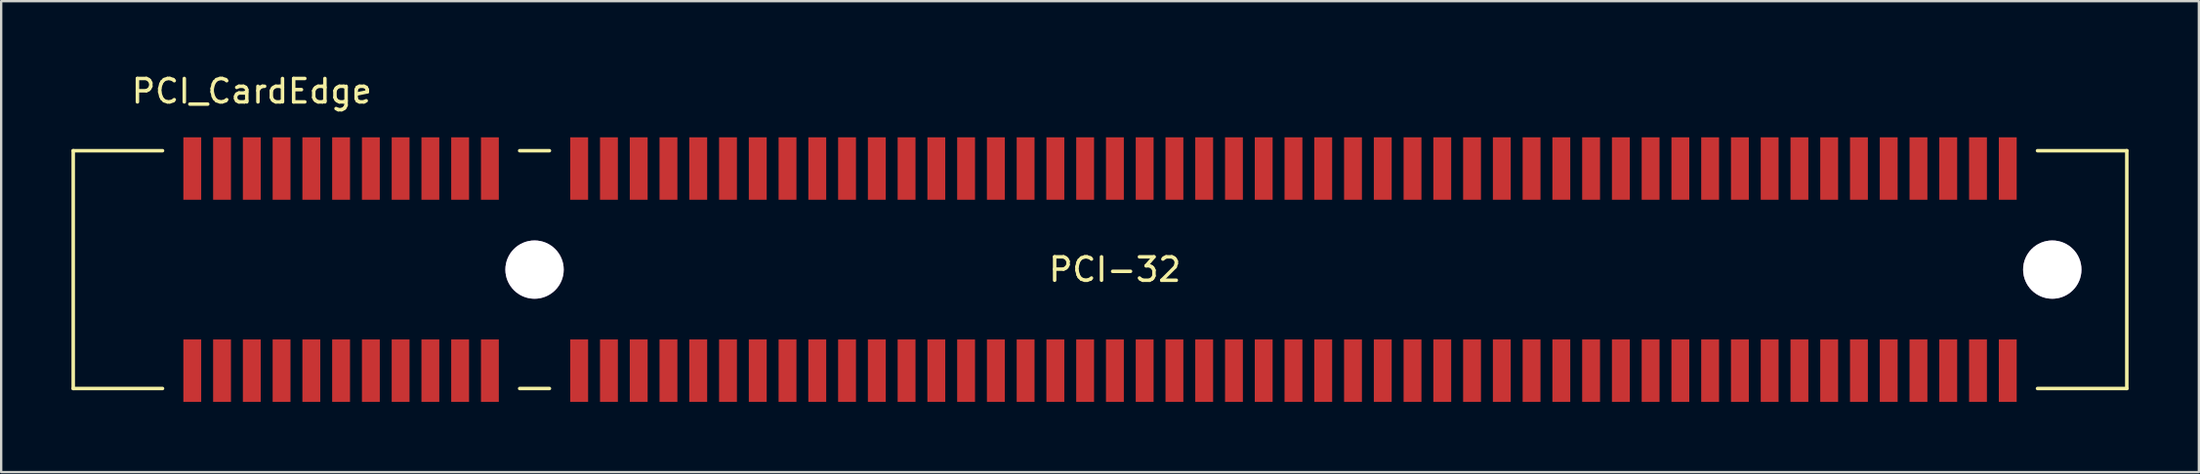
<source format=kicad_pcb>
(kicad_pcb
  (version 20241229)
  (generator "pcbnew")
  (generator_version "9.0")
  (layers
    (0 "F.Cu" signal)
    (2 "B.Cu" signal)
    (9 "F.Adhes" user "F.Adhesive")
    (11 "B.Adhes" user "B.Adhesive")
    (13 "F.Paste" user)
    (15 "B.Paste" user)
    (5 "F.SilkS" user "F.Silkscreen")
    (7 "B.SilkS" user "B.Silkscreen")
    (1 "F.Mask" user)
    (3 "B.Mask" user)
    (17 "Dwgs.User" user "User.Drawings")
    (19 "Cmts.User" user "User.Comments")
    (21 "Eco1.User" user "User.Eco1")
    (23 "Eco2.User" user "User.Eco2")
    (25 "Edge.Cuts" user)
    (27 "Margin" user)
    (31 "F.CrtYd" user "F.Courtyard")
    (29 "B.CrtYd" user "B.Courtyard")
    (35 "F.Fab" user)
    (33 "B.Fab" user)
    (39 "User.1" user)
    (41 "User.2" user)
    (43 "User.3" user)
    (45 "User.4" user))
  (footprint "PCI_CardEdge"
    (layer "F.Cu")
    (at 21.665 8.468)
    (property "Reference" "PCI_CardEdge" (at -13.97 -7.62 0) (layer "F.SilkS") (effects (font (size 1 1) (thickness 0.15))))
    (attr through_hole)
    (fp_line (start -21.59 -5.08) (end -17.78 -5.08) (stroke (width 0.15) (type solid)) (layer "F.SilkS"))
    (fp_line (start -21.59 5.08) (end -21.59 -5.08) (stroke (width 0.15) (type solid)) (layer "F.SilkS"))
    (fp_line (start -17.78 5.08) (end -21.59 5.08) (stroke (width 0.15) (type solid)) (layer "F.SilkS"))
    (fp_line (start -2.54 -5.08) (end -1.27 -5.08) (stroke (width 0.15) (type solid)) (layer "F.SilkS"))
    (fp_line (start -2.54 5.08) (end -1.27 5.08) (stroke (width 0.15) (type solid)) (layer "F.SilkS"))
    (fp_line (start 62.23 5.08) (end 66.04 5.08) (stroke (width 0.15) (type solid)) (layer "F.SilkS"))
    (fp_line (start 66.04 -5.08) (end 62.23 -5.08) (stroke (width 0.15) (type solid)) (layer "F.SilkS"))
    (fp_line (start 66.04 5.08) (end 66.04 -5.08) (stroke (width 0.15) (type solid)) (layer "F.SilkS"))
    (fp_text user "PCI-32" (at 22.86 0 0) (layer "F.SilkS") (effects (font (size 1 1) (thickness 0.15))))
    (pad "A1" smd rect (at 60.96 4.318) (size 0.762 2.667) (layers "F.Cu" "F.Mask" "F.Paste"))
    (pad "A2" smd rect (at 59.69 4.318) (size 0.762 2.667) (layers "F.Cu" "F.Mask" "F.Paste"))
    (pad "A3" smd rect (at 58.42 4.318) (size 0.762 2.667) (layers "F.Cu" "F.Mask" "F.Paste"))
    (pad "A4" smd rect (at 57.15 4.318) (size 0.762 2.667) (layers "F.Cu" "F.Mask" "F.Paste"))
    (pad "A5" smd rect (at 55.88 4.318) (size 0.762 2.667) (layers "F.Cu" "F.Mask" "F.Paste"))
    (pad "A6" smd rect (at 54.61 4.318) (size 0.762 2.667) (layers "F.Cu" "F.Mask" "F.Paste"))
    (pad "A7" smd rect (at 53.34 4.318) (size 0.762 2.667) (layers "F.Cu" "F.Mask" "F.Paste"))
    (pad "A8" smd rect (at 52.07 4.318) (size 0.762 2.667) (layers "F.Cu" "F.Mask" "F.Paste"))
    (pad "A9" smd rect (at 50.8 4.318) (size 0.762 2.667) (layers "F.Cu" "F.Mask" "F.Paste"))
    (pad "A10" smd rect (at 49.53 4.318) (size 0.762 2.667) (layers "F.Cu" "F.Mask" "F.Paste"))
    (pad "A11" smd rect (at 48.26 4.318) (size 0.762 2.667) (layers "F.Cu" "F.Mask" "F.Paste"))
    (pad "A12" smd rect (at 46.99 4.318) (size 0.762 2.667) (layers "F.Cu" "F.Mask" "F.Paste"))
    (pad "A13" smd rect (at 45.72 4.318) (size 0.762 2.667) (layers "F.Cu" "F.Mask" "F.Paste"))
    (pad "A14" smd rect (at 44.45 4.318) (size 0.762 2.667) (layers "F.Cu" "F.Mask" "F.Paste"))
    (pad "A15" smd rect (at 43.18 4.318) (size 0.762 2.667) (layers "F.Cu" "F.Mask" "F.Paste"))
    (pad "A16" smd rect (at 41.91 4.318) (size 0.762 2.667) (layers "F.Cu" "F.Mask" "F.Paste"))
    (pad "A17" smd rect (at 40.64 4.318) (size 0.762 2.667) (layers "F.Cu" "F.Mask" "F.Paste"))
    (pad "A18" smd rect (at 39.37 4.318) (size 0.762 2.667) (layers "F.Cu" "F.Mask" "F.Paste"))
    (pad "A19" smd rect (at 38.1 4.318) (size 0.762 2.667) (layers "F.Cu" "F.Mask" "F.Paste"))
    (pad "A20" smd rect (at 36.83 4.318) (size 0.762 2.667) (layers "F.Cu" "F.Mask" "F.Paste"))
    (pad "A21" smd rect (at 35.56 4.318) (size 0.762 2.667) (layers "F.Cu" "F.Mask" "F.Paste"))
    (pad "A22" smd rect (at 34.29 4.318) (size 0.762 2.667) (layers "F.Cu" "F.Mask" "F.Paste"))
    (pad "A23" smd rect (at 33.02 4.318) (size 0.762 2.667) (layers "F.Cu" "F.Mask" "F.Paste"))
    (pad "A24" smd rect (at 31.75 4.318) (size 0.762 2.667) (layers "F.Cu" "F.Mask" "F.Paste"))
    (pad "A25" smd rect (at 30.48 4.318) (size 0.762 2.667) (layers "F.Cu" "F.Mask" "F.Paste"))
    (pad "A26" smd rect (at 29.21 4.318) (size 0.762 2.667) (layers "F.Cu" "F.Mask" "F.Paste"))
    (pad "A27" smd rect (at 27.94 4.318) (size 0.762 2.667) (layers "F.Cu" "F.Mask" "F.Paste"))
    (pad "A28" smd rect (at 26.67 4.318) (size 0.762 2.667) (layers "F.Cu" "F.Mask" "F.Paste"))
    (pad "A29" smd rect (at 25.4 4.318) (size 0.762 2.667) (layers "F.Cu" "F.Mask" "F.Paste"))
    (pad "A30" smd rect (at 24.13 4.318) (size 0.762 2.667) (layers "F.Cu" "F.Mask" "F.Paste"))
    (pad "A31" smd rect (at 22.86 4.318) (size 0.762 2.667) (layers "F.Cu" "F.Mask" "F.Paste"))
    (pad "A32" smd rect (at 21.59 4.318) (size 0.762 2.667) (layers "F.Cu" "F.Mask" "F.Paste"))
    (pad "A33" smd rect (at 20.32 4.318) (size 0.762 2.667) (layers "F.Cu" "F.Mask" "F.Paste"))
    (pad "A34" smd rect (at 19.05 4.318) (size 0.762 2.667) (layers "F.Cu" "F.Mask" "F.Paste"))
    (pad "A35" smd rect (at 17.78 4.318) (size 0.762 2.667) (layers "F.Cu" "F.Mask" "F.Paste"))
    (pad "A36" smd rect (at 16.51 4.318) (size 0.762 2.667) (layers "F.Cu" "F.Mask" "F.Paste"))
    (pad "A37" smd rect (at 15.24 4.318) (size 0.762 2.667) (layers "F.Cu" "F.Mask" "F.Paste"))
    (pad "A38" smd rect (at 13.97 4.318) (size 0.762 2.667) (layers "F.Cu" "F.Mask" "F.Paste"))
    (pad "A39" smd rect (at 12.7 4.318) (size 0.762 2.667) (layers "F.Cu" "F.Mask" "F.Paste"))
    (pad "A40" smd rect (at 11.43 4.318) (size 0.762 2.667) (layers "F.Cu" "F.Mask" "F.Paste"))
    (pad "A41" smd rect (at 10.16 4.318) (size 0.762 2.667) (layers "F.Cu" "F.Mask" "F.Paste"))
    (pad "A42" smd rect (at 8.89 4.318) (size 0.762 2.667) (layers "F.Cu" "F.Mask" "F.Paste"))
    (pad "A43" smd rect (at 7.62 4.318) (size 0.762 2.667) (layers "F.Cu" "F.Mask" "F.Paste"))
    (pad "A44" smd rect (at 6.35 4.318) (size 0.762 2.667) (layers "F.Cu" "F.Mask" "F.Paste"))
    (pad "A45" smd rect (at 5.08 4.318) (size 0.762 2.667) (layers "F.Cu" "F.Mask" "F.Paste"))
    (pad "A46" smd rect (at 3.81 4.318) (size 0.762 2.667) (layers "F.Cu" "F.Mask" "F.Paste"))
    (pad "A47" smd rect (at 2.54 4.318) (size 0.762 2.667) (layers "F.Cu" "F.Mask" "F.Paste"))
    (pad "A48" smd rect (at 1.27 4.318) (size 0.762 2.667) (layers "F.Cu" "F.Mask" "F.Paste"))
    (pad "A49" smd rect (at 0 4.318) (size 0.762 2.667) (layers "F.Cu" "F.Mask" "F.Paste"))
    (pad "A52" smd rect (at -3.81 4.318) (size 0.762 2.667) (layers "F.Cu" "F.Mask" "F.Paste"))
    (pad "A53" smd rect (at -5.08 4.318) (size 0.762 2.667) (layers "F.Cu" "F.Mask" "F.Paste"))
    (pad "A54" smd rect (at -6.35 4.318) (size 0.762 2.667) (layers "F.Cu" "F.Mask" "F.Paste"))
    (pad "A55" smd rect (at -7.62 4.318) (size 0.762 2.667) (layers "F.Cu" "F.Mask" "F.Paste"))
    (pad "A56" smd rect (at -8.89 4.318) (size 0.762 2.667) (layers "F.Cu" "F.Mask" "F.Paste"))
    (pad "A57" smd rect (at -10.16 4.318) (size 0.762 2.667) (layers "F.Cu" "F.Mask" "F.Paste"))
    (pad "A58" smd rect (at -11.43 4.318) (size 0.762 2.667) (layers "F.Cu" "F.Mask" "F.Paste"))
    (pad "A59" smd rect (at -12.7 4.318) (size 0.762 2.667) (layers "F.Cu" "F.Mask" "F.Paste"))
    (pad "A60" smd rect (at -13.97 4.318) (size 0.762 2.667) (layers "F.Cu" "F.Mask" "F.Paste"))
    (pad "A61" smd rect (at -15.24 4.318) (size 0.762 2.667) (layers "F.Cu" "F.Mask" "F.Paste"))
    (pad "A62" smd rect (at -16.51 4.318) (size 0.762 2.667) (layers "F.Cu" "F.Mask" "F.Paste"))
    (pad "B1" smd rect (at 60.96 -4.318) (size 0.762 2.667) (layers "F.Cu" "F.Mask" "F.Paste"))
    (pad "B2" smd rect (at 59.69 -4.318) (size 0.762 2.667) (layers "F.Cu" "F.Mask" "F.Paste"))
    (pad "B3" smd rect (at 58.42 -4.318) (size 0.762 2.667) (layers "F.Cu" "F.Mask" "F.Paste"))
    (pad "B4" smd rect (at 57.15 -4.318) (size 0.762 2.667) (layers "F.Cu" "F.Mask" "F.Paste"))
    (pad "B5" smd rect (at 55.88 -4.318) (size 0.762 2.667) (layers "F.Cu" "F.Mask" "F.Paste"))
    (pad "B6" smd rect (at 54.61 -4.318) (size 0.762 2.667) (layers "F.Cu" "F.Mask" "F.Paste"))
    (pad "B7" smd rect (at 53.34 -4.318) (size 0.762 2.667) (layers "F.Cu" "F.Mask" "F.Paste"))
    (pad "B8" smd rect (at 52.07 -4.318) (size 0.762 2.667) (layers "F.Cu" "F.Mask" "F.Paste"))
    (pad "B9" smd rect (at 50.8 -4.318) (size 0.762 2.667) (layers "F.Cu" "F.Mask" "F.Paste"))
    (pad "B10" smd rect (at 49.53 -4.318) (size 0.762 2.667) (layers "F.Cu" "F.Mask" "F.Paste"))
    (pad "B11" smd rect (at 48.26 -4.318) (size 0.762 2.667) (layers "F.Cu" "F.Mask" "F.Paste"))
    (pad "B12" smd rect (at 46.99 -4.318) (size 0.762 2.667) (layers "F.Cu" "F.Mask" "F.Paste"))
    (pad "B13" smd rect (at 45.72 -4.318) (size 0.762 2.667) (layers "F.Cu" "F.Mask" "F.Paste"))
    (pad "B14" smd rect (at 44.45 -4.318) (size 0.762 2.667) (layers "F.Cu" "F.Mask" "F.Paste"))
    (pad "B15" smd rect (at 43.18 -4.318) (size 0.762 2.667) (layers "F.Cu" "F.Mask" "F.Paste"))
    (pad "B16" smd rect (at 41.91 -4.318) (size 0.762 2.667) (layers "F.Cu" "F.Mask" "F.Paste"))
    (pad "B17" smd rect (at 40.64 -4.318) (size 0.762 2.667) (layers "F.Cu" "F.Mask" "F.Paste"))
    (pad "B18" smd rect (at 39.37 -4.318) (size 0.762 2.667) (layers "F.Cu" "F.Mask" "F.Paste"))
    (pad "B19" smd rect (at 38.1 -4.318) (size 0.762 2.667) (layers "F.Cu" "F.Mask" "F.Paste"))
    (pad "B20" smd rect (at 36.83 -4.318) (size 0.762 2.667) (layers "F.Cu" "F.Mask" "F.Paste"))
    (pad "B21" smd rect (at 35.56 -4.318) (size 0.762 2.667) (layers "F.Cu" "F.Mask" "F.Paste"))
    (pad "B22" smd rect (at 34.29 -4.318) (size 0.762 2.667) (layers "F.Cu" "F.Mask" "F.Paste"))
    (pad "B23" smd rect (at 33.02 -4.318) (size 0.762 2.667) (layers "F.Cu" "F.Mask" "F.Paste"))
    (pad "B24" smd rect (at 31.75 -4.318) (size 0.762 2.667) (layers "F.Cu" "F.Mask" "F.Paste"))
    (pad "B25" smd rect (at 30.48 -4.318) (size 0.762 2.667) (layers "F.Cu" "F.Mask" "F.Paste"))
    (pad "B26" smd rect (at 29.21 -4.318) (size 0.762 2.667) (layers "F.Cu" "F.Mask" "F.Paste"))
    (pad "B27" smd rect (at 27.94 -4.318) (size 0.762 2.667) (layers "F.Cu" "F.Mask" "F.Paste"))
    (pad "B28" smd rect (at 26.67 -4.318) (size 0.762 2.667) (layers "F.Cu" "F.Mask" "F.Paste"))
    (pad "B29" smd rect (at 25.4 -4.318) (size 0.762 2.667) (layers "F.Cu" "F.Mask" "F.Paste"))
    (pad "B30" smd rect (at 24.13 -4.318) (size 0.762 2.667) (layers "F.Cu" "F.Mask" "F.Paste"))
    (pad "B31" smd rect (at 22.86 -4.318) (size 0.762 2.667) (layers "F.Cu" "F.Mask" "F.Paste"))
    (pad "B32" smd rect (at 21.59 -4.318) (size 0.762 2.667) (layers "F.Cu" "F.Mask" "F.Paste"))
    (pad "B33" smd rect (at 20.32 -4.318) (size 0.762 2.667) (layers "F.Cu" "F.Mask" "F.Paste"))
    (pad "B34" smd rect (at 19.05 -4.318) (size 0.762 2.667) (layers "F.Cu" "F.Mask" "F.Paste"))
    (pad "B35" smd rect (at 17.78 -4.318) (size 0.762 2.667) (layers "F.Cu" "F.Mask" "F.Paste"))
    (pad "B36" smd rect (at 16.51 -4.318) (size 0.762 2.667) (layers "F.Cu" "F.Mask" "F.Paste"))
    (pad "B37" smd rect (at 15.24 -4.318) (size 0.762 2.667) (layers "F.Cu" "F.Mask" "F.Paste"))
    (pad "B38" smd rect (at 13.97 -4.318) (size 0.762 2.667) (layers "F.Cu" "F.Mask" "F.Paste"))
    (pad "B39" smd rect (at 12.7 -4.318) (size 0.762 2.667) (layers "F.Cu" "F.Mask" "F.Paste"))
    (pad "B40" smd rect (at 11.43 -4.318) (size 0.762 2.667) (layers "F.Cu" "F.Mask" "F.Paste"))
    (pad "B41" smd rect (at 10.16 -4.318) (size 0.762 2.667) (layers "F.Cu" "F.Mask" "F.Paste"))
    (pad "B42" smd rect (at 8.89 -4.318) (size 0.762 2.667) (layers "F.Cu" "F.Mask" "F.Paste"))
    (pad "B43" smd rect (at 7.62 -4.318) (size 0.762 2.667) (layers "F.Cu" "F.Mask" "F.Paste"))
    (pad "B44" smd rect (at 6.35 -4.318) (size 0.762 2.667) (layers "F.Cu" "F.Mask" "F.Paste"))
    (pad "B45" smd rect (at 5.08 -4.318) (size 0.762 2.667) (layers "F.Cu" "F.Mask" "F.Paste"))
    (pad "B46" smd rect (at 3.81 -4.318) (size 0.762 2.667) (layers "F.Cu" "F.Mask" "F.Paste"))
    (pad "B47" smd rect (at 2.54 -4.318) (size 0.762 2.667) (layers "F.Cu" "F.Mask" "F.Paste"))
    (pad "B48" smd rect (at 1.27 -4.318) (size 0.762 2.667) (layers "F.Cu" "F.Mask" "F.Paste"))
    (pad "B49" smd rect (at 0 -4.318) (size 0.762 2.667) (layers "F.Cu" "F.Mask" "F.Paste"))
    (pad "B52" smd rect (at -3.81 -4.318) (size 0.762 2.667) (layers "F.Cu" "F.Mask" "F.Paste"))
    (pad "B53" smd rect (at -5.08 -4.318) (size 0.762 2.667) (layers "F.Cu" "F.Mask" "F.Paste"))
    (pad "B54" smd rect (at -6.35 -4.318) (size 0.762 2.667) (layers "F.Cu" "F.Mask" "F.Paste"))
    (pad "B55" smd rect (at -7.62 -4.318) (size 0.762 2.667) (layers "F.Cu" "F.Mask" "F.Paste"))
    (pad "B56" smd rect (at -8.89 -4.318) (size 0.762 2.667) (layers "F.Cu" "F.Mask" "F.Paste"))
    (pad "B57" smd rect (at -10.16 -4.318) (size 0.762 2.667) (layers "F.Cu" "F.Mask" "F.Paste"))
    (pad "B58" smd rect (at -11.43 -4.318) (size 0.762 2.667) (layers "F.Cu" "F.Mask" "F.Paste"))
    (pad "B59" smd rect (at -12.7 -4.318) (size 0.762 2.667) (layers "F.Cu" "F.Mask" "F.Paste"))
    (pad "B60" smd rect (at -13.97 -4.318) (size 0.762 2.667) (layers "F.Cu" "F.Mask" "F.Paste"))
    (pad "B61" smd rect (at -15.24 -4.318) (size 0.762 2.667) (layers "F.Cu" "F.Mask" "F.Paste"))
    (pad "B62" smd rect (at -16.51 -4.318) (size 0.762 2.667) (layers "F.Cu" "F.Mask" "F.Paste"))
    (pad "~" thru_hole circle (at -1.905 0) (size 2.489 2.489) (drill 2.489) (layers "*.Cu" "*.Mask"))
    (pad "~" thru_hole circle (at 62.86 0) (size 2.489 2.489) (drill 2.489) (layers "*.Cu" "*.Mask")))
  (gr_rect
    (start -3 -3)
    (end 90.78 17.12)
    (stroke (width 0.1) (type default))
    (fill no)
    (layer "Edge.Cuts")))
</source>
